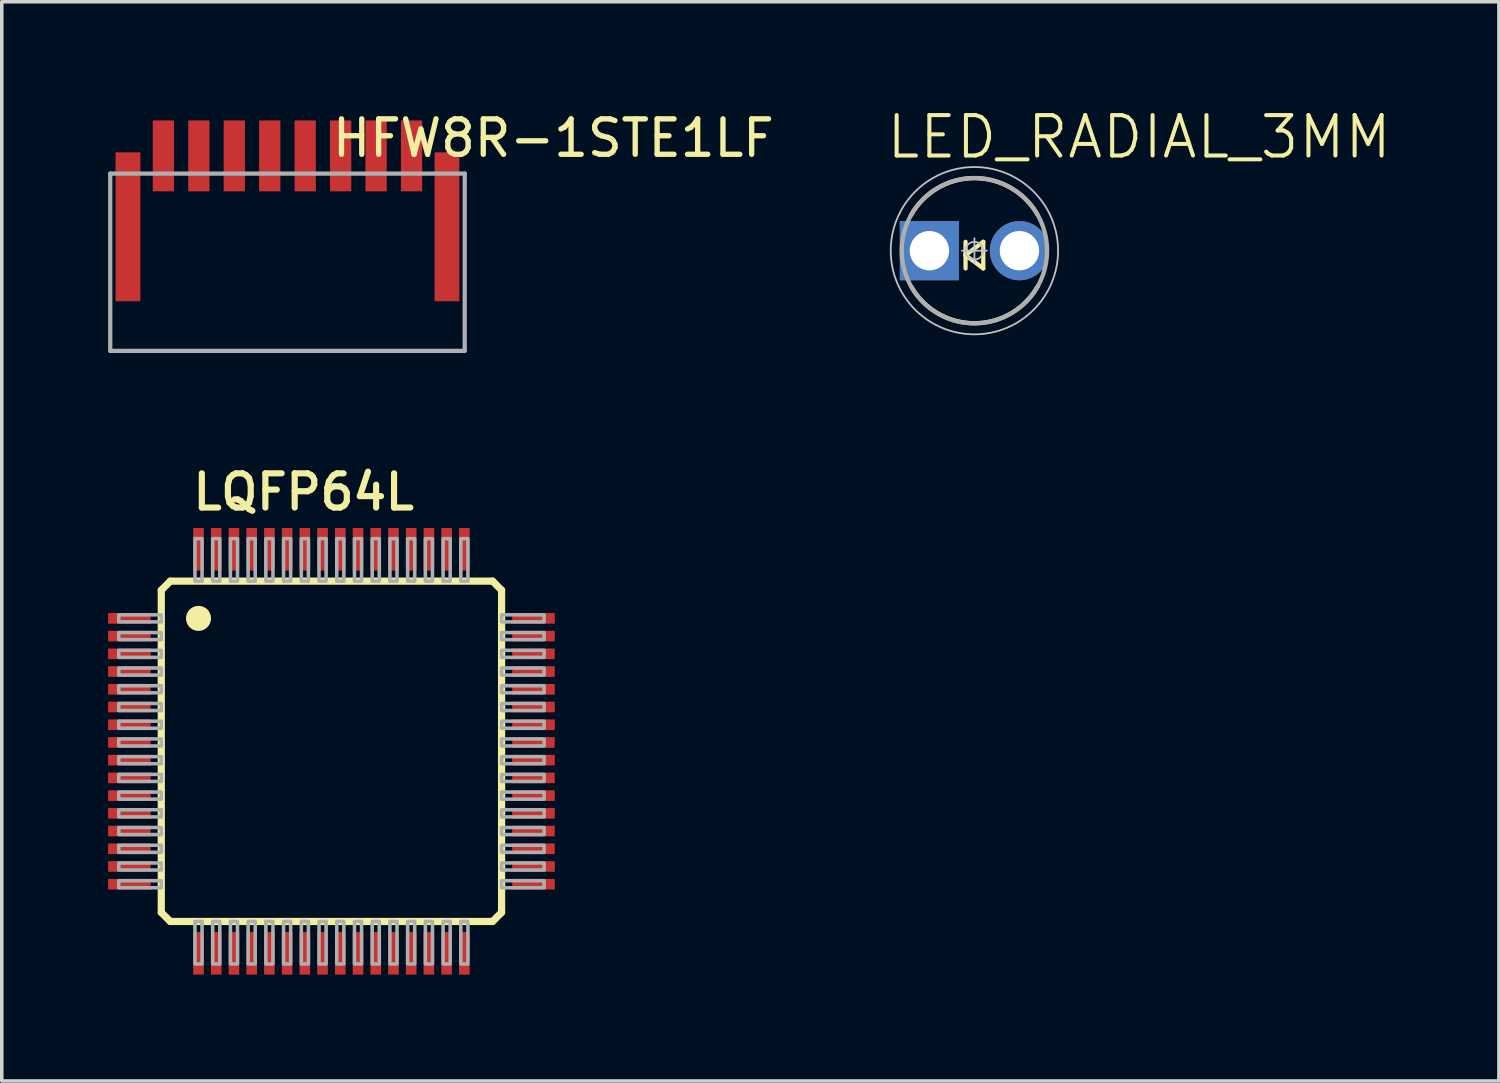
<source format=kicad_pcb>
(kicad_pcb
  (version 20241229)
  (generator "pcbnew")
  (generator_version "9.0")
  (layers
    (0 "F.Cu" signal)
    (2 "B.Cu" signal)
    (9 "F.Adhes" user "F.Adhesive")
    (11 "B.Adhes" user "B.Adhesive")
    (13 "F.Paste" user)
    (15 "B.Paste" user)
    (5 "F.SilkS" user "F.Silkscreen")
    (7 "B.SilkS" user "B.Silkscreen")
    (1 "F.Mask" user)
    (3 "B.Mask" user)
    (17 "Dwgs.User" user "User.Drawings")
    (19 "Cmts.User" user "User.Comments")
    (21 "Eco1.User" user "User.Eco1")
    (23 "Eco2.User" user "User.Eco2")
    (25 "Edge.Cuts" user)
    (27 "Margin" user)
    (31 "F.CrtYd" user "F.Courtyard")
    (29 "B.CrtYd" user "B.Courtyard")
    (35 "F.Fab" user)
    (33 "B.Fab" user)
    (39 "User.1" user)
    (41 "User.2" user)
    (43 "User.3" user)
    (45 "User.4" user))
  (footprint "LED_RADIAL_3MM"
    (layer "F.Cu")
    (at 24.439 4.022)
    (property "Reference" "LED_RADIAL_3MM" (at -2.54 -2.54 0) (layer "F.SilkS") (effects (font (size 1.14 1.14) (thickness 0.114)) (justify left bottom)))
    (attr through_hole)
    (fp_line (start -0.254 0.127) (end 0.25 -0.25) (stroke (width 0.12) (type solid)) (layer "F.SilkS"))
    (fp_line (start -0.25 -0.25) (end -0.25 0.5) (stroke (width 0.12) (type solid)) (layer "F.SilkS"))
    (fp_line (start 0.25 -0.25) (end 0.25 0.5) (stroke (width 0.12) (type solid)) (layer "F.SilkS"))
    (fp_line (start 0.25 0.5) (end -0.254 0.127) (stroke (width 0.12) (type solid)) (layer "F.SilkS"))
    (fp_arc (start -1.7811 -1.015) (mid -0.005737 -2.046673) (end 1.775399 -1.025) (stroke (width 0.12) (type solid)) (layer "F.SilkS"))
    (fp_arc (start 1.7811 1.015) (mid 0.005737 2.046673) (end -1.775399 1.025) (stroke (width 0.12) (type solid)) (layer "F.SilkS"))
    (fp_line (start 0 -0.35) (end 0 0.35) (stroke (width 0.05) (type solid)) (layer "Dwgs.User"))
    (fp_line (start 0.35 0) (end -0.35 0) (stroke (width 0.05) (type solid)) (layer "Dwgs.User"))
    (fp_circle (center 0 0) (end 0.25 0) (stroke (width 0.05) (type solid)) (fill no) (layer "Dwgs.User"))
    (fp_circle (center 0 0) (end 2.36 0) (stroke (width 0.05) (type solid)) (fill no) (layer "Dwgs.User"))
    (fp_line (start -1.62 -0.325) (end -0.92 -0.325) (stroke (width 0.025) (type solid)) (layer "F.Fab"))
    (fp_line (start -1.62 0.325) (end -1.62 -0.325) (stroke (width 0.025) (type solid)) (layer "F.Fab"))
    (fp_line (start -0.92 -0.325) (end -0.92 0.325) (stroke (width 0.025) (type solid)) (layer "F.Fab"))
    (fp_line (start -0.92 0.325) (end -1.62 0.325) (stroke (width 0.025) (type solid)) (layer "F.Fab"))
    (fp_line (start 0.92 -0.325) (end 1.62 -0.325) (stroke (width 0.025) (type solid)) (layer "F.Fab"))
    (fp_line (start 0.92 0.325) (end 0.92 -0.325) (stroke (width 0.025) (type solid)) (layer "F.Fab"))
    (fp_line (start 1.62 -0.325) (end 1.62 0.325) (stroke (width 0.025) (type solid)) (layer "F.Fab"))
    (fp_line (start 1.62 0.325) (end 0.92 0.325) (stroke (width 0.025) (type solid)) (layer "F.Fab"))
    (fp_circle (center 0 0) (end 2.05 0) (stroke (width 0.025) (type solid)) (fill no) (layer "F.Fab"))
    (fp_circle (center 0 0) (end 2.05 0) (stroke (width 0.12) (type solid)) (fill no) (layer "F.Fab"))
    (pad "A" thru_hole circle (at 1.27 0) (size 1.67 1.67) (drill 1.11) (layers "*.Cu" "*.Mask"))
    (pad "C" thru_hole rect (at -1.27 0 90) (size 1.67 1.67) (drill 1.11) (layers "*.Cu" "*.Mask")))
  (footprint "LQFP64L"
    (layer "F.Cu")
    (at 6.3 18.145)
    (property "Reference" "LQFP64L" (at -4 -6.75 180) (layer "F.SilkS") (effects (font (size 0.965 0.965) (thickness 0.174)) (justify left bottom)))
    (attr through_hole)
    (fp_line (start -4.8 -4.546) (end -4.546 -4.8) (stroke (width 0.203) (type solid)) (layer "F.SilkS"))
    (fp_line (start -4.8 4.546) (end -4.8 -4.546) (stroke (width 0.203) (type solid)) (layer "F.SilkS"))
    (fp_line (start -4.546 -4.8) (end 4.546 -4.8) (stroke (width 0.203) (type solid)) (layer "F.SilkS"))
    (fp_line (start -4.546 4.8) (end -4.8 4.546) (stroke (width 0.203) (type solid)) (layer "F.SilkS"))
    (fp_line (start 4.546 -4.8) (end 4.8 -4.546) (stroke (width 0.203) (type solid)) (layer "F.SilkS"))
    (fp_line (start 4.546 4.8) (end -4.546 4.8) (stroke (width 0.203) (type solid)) (layer "F.SilkS"))
    (fp_line (start 4.8 -4.546) (end 4.8 4.546) (stroke (width 0.203) (type solid)) (layer "F.SilkS"))
    (fp_line (start 4.8 4.546) (end 4.546 4.8) (stroke (width 0.203) (type solid)) (layer "F.SilkS"))
    (fp_circle (center -3.75 -3.75) (end -3.573 -3.75) (stroke (width 0.353) (type solid)) (fill no) (layer "F.SilkS"))
    (fp_poly (pts (xy -6 -3.65) (xy -4.8 -3.65) (xy -4.8 -3.85) (xy -6 -3.85)) (stroke (width 0.1) (type solid)) (fill no) (layer "F.Fab"))
    (fp_poly (pts (xy -6 -3.15) (xy -4.8 -3.15) (xy -4.8 -3.35) (xy -6 -3.35)) (stroke (width 0.1) (type solid)) (fill no) (layer "F.Fab"))
    (fp_poly (pts (xy -6 -2.65) (xy -4.8 -2.65) (xy -4.8 -2.85) (xy -6 -2.85)) (stroke (width 0.1) (type solid)) (fill no) (layer "F.Fab"))
    (fp_poly (pts (xy -6 -2.15) (xy -4.8 -2.15) (xy -4.8 -2.35) (xy -6 -2.35)) (stroke (width 0.1) (type solid)) (fill no) (layer "F.Fab"))
    (fp_poly (pts (xy -6 -1.65) (xy -4.8 -1.65) (xy -4.8 -1.85) (xy -6 -1.85)) (stroke (width 0.1) (type solid)) (fill no) (layer "F.Fab"))
    (fp_poly (pts (xy -6 -1.15) (xy -4.8 -1.15) (xy -4.8 -1.35) (xy -6 -1.35)) (stroke (width 0.1) (type solid)) (fill no) (layer "F.Fab"))
    (fp_poly (pts (xy -6 -0.65) (xy -4.8 -0.65) (xy -4.8 -0.85) (xy -6 -0.85)) (stroke (width 0.1) (type solid)) (fill no) (layer "F.Fab"))
    (fp_poly (pts (xy -6 -0.15) (xy -4.8 -0.15) (xy -4.8 -0.35) (xy -6 -0.35)) (stroke (width 0.1) (type solid)) (fill no) (layer "F.Fab"))
    (fp_poly (pts (xy -6 0.35) (xy -4.8 0.35) (xy -4.8 0.15) (xy -6 0.15)) (stroke (width 0.1) (type solid)) (fill no) (layer "F.Fab"))
    (fp_poly (pts (xy -6 0.85) (xy -4.8 0.85) (xy -4.8 0.65) (xy -6 0.65)) (stroke (width 0.1) (type solid)) (fill no) (layer "F.Fab"))
    (fp_poly (pts (xy -6 1.35) (xy -4.8 1.35) (xy -4.8 1.15) (xy -6 1.15)) (stroke (width 0.1) (type solid)) (fill no) (layer "F.Fab"))
    (fp_poly (pts (xy -6 1.85) (xy -4.8 1.85) (xy -4.8 1.65) (xy -6 1.65)) (stroke (width 0.1) (type solid)) (fill no) (layer "F.Fab"))
    (fp_poly (pts (xy -6 2.35) (xy -4.8 2.35) (xy -4.8 2.15) (xy -6 2.15)) (stroke (width 0.1) (type solid)) (fill no) (layer "F.Fab"))
    (fp_poly (pts (xy -6 2.85) (xy -4.8 2.85) (xy -4.8 2.65) (xy -6 2.65)) (stroke (width 0.1) (type solid)) (fill no) (layer "F.Fab"))
    (fp_poly (pts (xy -6 3.35) (xy -4.8 3.35) (xy -4.8 3.15) (xy -6 3.15)) (stroke (width 0.1) (type solid)) (fill no) (layer "F.Fab"))
    (fp_poly (pts (xy -6 3.85) (xy -4.8 3.85) (xy -4.8 3.65) (xy -6 3.65)) (stroke (width 0.1) (type solid)) (fill no) (layer "F.Fab"))
    (fp_poly (pts (xy -3.85 -4.8) (xy -3.65 -4.8) (xy -3.65 -6) (xy -3.85 -6)) (stroke (width 0.1) (type solid)) (fill no) (layer "F.Fab"))
    (fp_poly (pts (xy -3.85 6) (xy -3.65 6) (xy -3.65 4.8) (xy -3.85 4.8)) (stroke (width 0.1) (type solid)) (fill no) (layer "F.Fab"))
    (fp_poly (pts (xy -3.35 -4.8) (xy -3.15 -4.8) (xy -3.15 -6) (xy -3.35 -6)) (stroke (width 0.1) (type solid)) (fill no) (layer "F.Fab"))
    (fp_poly (pts (xy -3.35 6) (xy -3.15 6) (xy -3.15 4.8) (xy -3.35 4.8)) (stroke (width 0.1) (type solid)) (fill no) (layer "F.Fab"))
    (fp_poly (pts (xy -2.85 -4.8) (xy -2.65 -4.8) (xy -2.65 -6) (xy -2.85 -6)) (stroke (width 0.1) (type solid)) (fill no) (layer "F.Fab"))
    (fp_poly (pts (xy -2.85 6) (xy -2.65 6) (xy -2.65 4.8) (xy -2.85 4.8)) (stroke (width 0.1) (type solid)) (fill no) (layer "F.Fab"))
    (fp_poly (pts (xy -2.35 -4.8) (xy -2.15 -4.8) (xy -2.15 -6) (xy -2.35 -6)) (stroke (width 0.1) (type solid)) (fill no) (layer "F.Fab"))
    (fp_poly (pts (xy -2.35 6) (xy -2.15 6) (xy -2.15 4.8) (xy -2.35 4.8)) (stroke (width 0.1) (type solid)) (fill no) (layer "F.Fab"))
    (fp_poly (pts (xy -1.85 -4.8) (xy -1.65 -4.8) (xy -1.65 -6) (xy -1.85 -6)) (stroke (width 0.1) (type solid)) (fill no) (layer "F.Fab"))
    (fp_poly (pts (xy -1.85 6) (xy -1.65 6) (xy -1.65 4.8) (xy -1.85 4.8)) (stroke (width 0.1) (type solid)) (fill no) (layer "F.Fab"))
    (fp_poly (pts (xy -1.35 -4.8) (xy -1.15 -4.8) (xy -1.15 -6) (xy -1.35 -6)) (stroke (width 0.1) (type solid)) (fill no) (layer "F.Fab"))
    (fp_poly (pts (xy -1.35 6) (xy -1.15 6) (xy -1.15 4.8) (xy -1.35 4.8)) (stroke (width 0.1) (type solid)) (fill no) (layer "F.Fab"))
    (fp_poly (pts (xy -0.85 -4.8) (xy -0.65 -4.8) (xy -0.65 -6) (xy -0.85 -6)) (stroke (width 0.1) (type solid)) (fill no) (layer "F.Fab"))
    (fp_poly (pts (xy -0.85 6) (xy -0.65 6) (xy -0.65 4.8) (xy -0.85 4.8)) (stroke (width 0.1) (type solid)) (fill no) (layer "F.Fab"))
    (fp_poly (pts (xy -0.35 -4.8) (xy -0.15 -4.8) (xy -0.15 -6) (xy -0.35 -6)) (stroke (width 0.1) (type solid)) (fill no) (layer "F.Fab"))
    (fp_poly (pts (xy -0.35 6) (xy -0.15 6) (xy -0.15 4.8) (xy -0.35 4.8)) (stroke (width 0.1) (type solid)) (fill no) (layer "F.Fab"))
    (fp_poly (pts (xy 0.15 -4.8) (xy 0.35 -4.8) (xy 0.35 -6) (xy 0.15 -6)) (stroke (width 0.1) (type solid)) (fill no) (layer "F.Fab"))
    (fp_poly (pts (xy 0.15 6) (xy 0.35 6) (xy 0.35 4.8) (xy 0.15 4.8)) (stroke (width 0.1) (type solid)) (fill no) (layer "F.Fab"))
    (fp_poly (pts (xy 0.65 -4.8) (xy 0.85 -4.8) (xy 0.85 -6) (xy 0.65 -6)) (stroke (width 0.1) (type solid)) (fill no) (layer "F.Fab"))
    (fp_poly (pts (xy 0.65 6) (xy 0.85 6) (xy 0.85 4.8) (xy 0.65 4.8)) (stroke (width 0.1) (type solid)) (fill no) (layer "F.Fab"))
    (fp_poly (pts (xy 1.15 -4.8) (xy 1.35 -4.8) (xy 1.35 -6) (xy 1.15 -6)) (stroke (width 0.1) (type solid)) (fill no) (layer "F.Fab"))
    (fp_poly (pts (xy 1.15 6) (xy 1.35 6) (xy 1.35 4.8) (xy 1.15 4.8)) (stroke (width 0.1) (type solid)) (fill no) (layer "F.Fab"))
    (fp_poly (pts (xy 1.65 -4.8) (xy 1.85 -4.8) (xy 1.85 -6) (xy 1.65 -6)) (stroke (width 0.1) (type solid)) (fill no) (layer "F.Fab"))
    (fp_poly (pts (xy 1.65 6) (xy 1.85 6) (xy 1.85 4.8) (xy 1.65 4.8)) (stroke (width 0.1) (type solid)) (fill no) (layer "F.Fab"))
    (fp_poly (pts (xy 2.15 -4.8) (xy 2.35 -4.8) (xy 2.35 -6) (xy 2.15 -6)) (stroke (width 0.1) (type solid)) (fill no) (layer "F.Fab"))
    (fp_poly (pts (xy 2.15 6) (xy 2.35 6) (xy 2.35 4.8) (xy 2.15 4.8)) (stroke (width 0.1) (type solid)) (fill no) (layer "F.Fab"))
    (fp_poly (pts (xy 2.65 -4.8) (xy 2.85 -4.8) (xy 2.85 -6) (xy 2.65 -6)) (stroke (width 0.1) (type solid)) (fill no) (layer "F.Fab"))
    (fp_poly (pts (xy 2.65 6) (xy 2.85 6) (xy 2.85 4.8) (xy 2.65 4.8)) (stroke (width 0.1) (type solid)) (fill no) (layer "F.Fab"))
    (fp_poly (pts (xy 3.15 -4.8) (xy 3.35 -4.8) (xy 3.35 -6) (xy 3.15 -6)) (stroke (width 0.1) (type solid)) (fill no) (layer "F.Fab"))
    (fp_poly (pts (xy 3.15 6) (xy 3.35 6) (xy 3.35 4.8) (xy 3.15 4.8)) (stroke (width 0.1) (type solid)) (fill no) (layer "F.Fab"))
    (fp_poly (pts (xy 3.65 -4.8) (xy 3.85 -4.8) (xy 3.85 -6) (xy 3.65 -6)) (stroke (width 0.1) (type solid)) (fill no) (layer "F.Fab"))
    (fp_poly (pts (xy 3.65 6) (xy 3.85 6) (xy 3.85 4.8) (xy 3.65 4.8)) (stroke (width 0.1) (type solid)) (fill no) (layer "F.Fab"))
    (fp_poly (pts (xy 4.8 -3.65) (xy 6 -3.65) (xy 6 -3.85) (xy 4.8 -3.85)) (stroke (width 0.1) (type solid)) (fill no) (layer "F.Fab"))
    (fp_poly (pts (xy 4.8 -3.15) (xy 6 -3.15) (xy 6 -3.35) (xy 4.8 -3.35)) (stroke (width 0.1) (type solid)) (fill no) (layer "F.Fab"))
    (fp_poly (pts (xy 4.8 -2.65) (xy 6 -2.65) (xy 6 -2.85) (xy 4.8 -2.85)) (stroke (width 0.1) (type solid)) (fill no) (layer "F.Fab"))
    (fp_poly (pts (xy 4.8 -2.15) (xy 6 -2.15) (xy 6 -2.35) (xy 4.8 -2.35)) (stroke (width 0.1) (type solid)) (fill no) (layer "F.Fab"))
    (fp_poly (pts (xy 4.8 -1.65) (xy 6 -1.65) (xy 6 -1.85) (xy 4.8 -1.85)) (stroke (width 0.1) (type solid)) (fill no) (layer "F.Fab"))
    (fp_poly (pts (xy 4.8 -1.15) (xy 6 -1.15) (xy 6 -1.35) (xy 4.8 -1.35)) (stroke (width 0.1) (type solid)) (fill no) (layer "F.Fab"))
    (fp_poly (pts (xy 4.8 -0.65) (xy 6 -0.65) (xy 6 -0.85) (xy 4.8 -0.85)) (stroke (width 0.1) (type solid)) (fill no) (layer "F.Fab"))
    (fp_poly (pts (xy 4.8 -0.15) (xy 6 -0.15) (xy 6 -0.35) (xy 4.8 -0.35)) (stroke (width 0.1) (type solid)) (fill no) (layer "F.Fab"))
    (fp_poly (pts (xy 4.8 0.35) (xy 6 0.35) (xy 6 0.15) (xy 4.8 0.15)) (stroke (width 0.1) (type solid)) (fill no) (layer "F.Fab"))
    (fp_poly (pts (xy 4.8 0.85) (xy 6 0.85) (xy 6 0.65) (xy 4.8 0.65)) (stroke (width 0.1) (type solid)) (fill no) (layer "F.Fab"))
    (fp_poly (pts (xy 4.8 1.35) (xy 6 1.35) (xy 6 1.15) (xy 4.8 1.15)) (stroke (width 0.1) (type solid)) (fill no) (layer "F.Fab"))
    (fp_poly (pts (xy 4.8 1.85) (xy 6 1.85) (xy 6 1.65) (xy 4.8 1.65)) (stroke (width 0.1) (type solid)) (fill no) (layer "F.Fab"))
    (fp_poly (pts (xy 4.8 2.35) (xy 6 2.35) (xy 6 2.15) (xy 4.8 2.15)) (stroke (width 0.1) (type solid)) (fill no) (layer "F.Fab"))
    (fp_poly (pts (xy 4.8 2.85) (xy 6 2.85) (xy 6 2.65) (xy 4.8 2.65)) (stroke (width 0.1) (type solid)) (fill no) (layer "F.Fab"))
    (fp_poly (pts (xy 4.8 3.35) (xy 6 3.35) (xy 6 3.15) (xy 4.8 3.15)) (stroke (width 0.1) (type solid)) (fill no) (layer "F.Fab"))
    (fp_poly (pts (xy 4.8 3.85) (xy 6 3.85) (xy 6 3.65) (xy 4.8 3.65)) (stroke (width 0.1) (type solid)) (fill no) (layer "F.Fab"))
    (pad "1" smd rect (at -5.7 -3.75) (size 1.2 0.3) (layers "F.Cu" "F.Mask" "F.Paste"))
    (pad "2" smd rect (at -5.7 -3.25) (size 1.2 0.3) (layers "F.Cu" "F.Mask" "F.Paste"))
    (pad "3" smd rect (at -5.7 -2.75) (size 1.2 0.3) (layers "F.Cu" "F.Mask" "F.Paste"))
    (pad "4" smd rect (at -5.7 -2.25) (size 1.2 0.3) (layers "F.Cu" "F.Mask" "F.Paste"))
    (pad "5" smd rect (at -5.7 -1.75) (size 1.2 0.3) (layers "F.Cu" "F.Mask" "F.Paste"))
    (pad "6" smd rect (at -5.7 -1.25) (size 1.2 0.3) (layers "F.Cu" "F.Mask" "F.Paste"))
    (pad "7" smd rect (at -5.7 -0.75) (size 1.2 0.3) (layers "F.Cu" "F.Mask" "F.Paste"))
    (pad "8" smd rect (at -5.7 -0.25) (size 1.2 0.3) (layers "F.Cu" "F.Mask" "F.Paste"))
    (pad "9" smd rect (at -5.7 0.25) (size 1.2 0.3) (layers "F.Cu" "F.Mask" "F.Paste"))
    (pad "10" smd rect (at -5.7 0.75) (size 1.2 0.3) (layers "F.Cu" "F.Mask" "F.Paste"))
    (pad "11" smd rect (at -5.7 1.25) (size 1.2 0.3) (layers "F.Cu" "F.Mask" "F.Paste"))
    (pad "12" smd rect (at -5.7 1.75) (size 1.2 0.3) (layers "F.Cu" "F.Mask" "F.Paste"))
    (pad "13" smd rect (at -5.7 2.25) (size 1.2 0.3) (layers "F.Cu" "F.Mask" "F.Paste"))
    (pad "14" smd rect (at -5.7 2.75) (size 1.2 0.3) (layers "F.Cu" "F.Mask" "F.Paste"))
    (pad "15" smd rect (at -5.7 3.25) (size 1.2 0.3) (layers "F.Cu" "F.Mask" "F.Paste"))
    (pad "16" smd rect (at -5.7 3.75) (size 1.2 0.3) (layers "F.Cu" "F.Mask" "F.Paste"))
    (pad "17" smd rect (at -3.75 5.7) (size 0.3 1.2) (layers "F.Cu" "F.Mask" "F.Paste"))
    (pad "18" smd rect (at -3.25 5.7) (size 0.3 1.2) (layers "F.Cu" "F.Mask" "F.Paste"))
    (pad "19" smd rect (at -2.75 5.7) (size 0.3 1.2) (layers "F.Cu" "F.Mask" "F.Paste"))
    (pad "20" smd rect (at -2.25 5.7) (size 0.3 1.2) (layers "F.Cu" "F.Mask" "F.Paste"))
    (pad "21" smd rect (at -1.75 5.7) (size 0.3 1.2) (layers "F.Cu" "F.Mask" "F.Paste"))
    (pad "22" smd rect (at -1.25 5.7) (size 0.3 1.2) (layers "F.Cu" "F.Mask" "F.Paste"))
    (pad "23" smd rect (at -0.75 5.7) (size 0.3 1.2) (layers "F.Cu" "F.Mask" "F.Paste"))
    (pad "24" smd rect (at -0.25 5.7) (size 0.3 1.2) (layers "F.Cu" "F.Mask" "F.Paste"))
    (pad "25" smd rect (at 0.25 5.7) (size 0.3 1.2) (layers "F.Cu" "F.Mask" "F.Paste"))
    (pad "26" smd rect (at 0.75 5.7) (size 0.3 1.2) (layers "F.Cu" "F.Mask" "F.Paste"))
    (pad "27" smd rect (at 1.25 5.7) (size 0.3 1.2) (layers "F.Cu" "F.Mask" "F.Paste"))
    (pad "28" smd rect (at 1.75 5.7) (size 0.3 1.2) (layers "F.Cu" "F.Mask" "F.Paste"))
    (pad "29" smd rect (at 2.25 5.7) (size 0.3 1.2) (layers "F.Cu" "F.Mask" "F.Paste"))
    (pad "30" smd rect (at 2.75 5.7) (size 0.3 1.2) (layers "F.Cu" "F.Mask" "F.Paste"))
    (pad "31" smd rect (at 3.25 5.7) (size 0.3 1.2) (layers "F.Cu" "F.Mask" "F.Paste"))
    (pad "32" smd rect (at 3.75 5.7) (size 0.3 1.2) (layers "F.Cu" "F.Mask" "F.Paste"))
    (pad "33" smd rect (at 5.7 3.75) (size 1.2 0.3) (layers "F.Cu" "F.Mask" "F.Paste"))
    (pad "34" smd rect (at 5.7 3.25) (size 1.2 0.3) (layers "F.Cu" "F.Mask" "F.Paste"))
    (pad "35" smd rect (at 5.7 2.75) (size 1.2 0.3) (layers "F.Cu" "F.Mask" "F.Paste"))
    (pad "36" smd rect (at 5.7 2.25) (size 1.2 0.3) (layers "F.Cu" "F.Mask" "F.Paste"))
    (pad "37" smd rect (at 5.7 1.75) (size 1.2 0.3) (layers "F.Cu" "F.Mask" "F.Paste"))
    (pad "38" smd rect (at 5.7 1.25) (size 1.2 0.3) (layers "F.Cu" "F.Mask" "F.Paste"))
    (pad "39" smd rect (at 5.7 0.75) (size 1.2 0.3) (layers "F.Cu" "F.Mask" "F.Paste"))
    (pad "40" smd rect (at 5.7 0.25) (size 1.2 0.3) (layers "F.Cu" "F.Mask" "F.Paste"))
    (pad "41" smd rect (at 5.7 -0.25) (size 1.2 0.3) (layers "F.Cu" "F.Mask" "F.Paste"))
    (pad "42" smd rect (at 5.7 -0.75) (size 1.2 0.3) (layers "F.Cu" "F.Mask" "F.Paste"))
    (pad "43" smd rect (at 5.7 -1.25) (size 1.2 0.3) (layers "F.Cu" "F.Mask" "F.Paste"))
    (pad "44" smd rect (at 5.7 -1.75) (size 1.2 0.3) (layers "F.Cu" "F.Mask" "F.Paste"))
    (pad "45" smd rect (at 5.7 -2.25) (size 1.2 0.3) (layers "F.Cu" "F.Mask" "F.Paste"))
    (pad "46" smd rect (at 5.7 -2.75) (size 1.2 0.3) (layers "F.Cu" "F.Mask" "F.Paste"))
    (pad "47" smd rect (at 5.7 -3.25) (size 1.2 0.3) (layers "F.Cu" "F.Mask" "F.Paste"))
    (pad "48" smd rect (at 5.7 -3.75) (size 1.2 0.3) (layers "F.Cu" "F.Mask" "F.Paste"))
    (pad "49" smd rect (at 3.75 -5.7) (size 0.3 1.2) (layers "F.Cu" "F.Mask" "F.Paste"))
    (pad "50" smd rect (at 3.25 -5.7) (size 0.3 1.2) (layers "F.Cu" "F.Mask" "F.Paste"))
    (pad "51" smd rect (at 2.75 -5.7) (size 0.3 1.2) (layers "F.Cu" "F.Mask" "F.Paste"))
    (pad "52" smd rect (at 2.25 -5.7) (size 0.3 1.2) (layers "F.Cu" "F.Mask" "F.Paste"))
    (pad "53" smd rect (at 1.75 -5.7) (size 0.3 1.2) (layers "F.Cu" "F.Mask" "F.Paste"))
    (pad "54" smd rect (at 1.25 -5.7) (size 0.3 1.2) (layers "F.Cu" "F.Mask" "F.Paste"))
    (pad "55" smd rect (at 0.75 -5.7) (size 0.3 1.2) (layers "F.Cu" "F.Mask" "F.Paste"))
    (pad "56" smd rect (at 0.25 -5.7) (size 0.3 1.2) (layers "F.Cu" "F.Mask" "F.Paste"))
    (pad "57" smd rect (at -0.25 -5.7) (size 0.3 1.2) (layers "F.Cu" "F.Mask" "F.Paste"))
    (pad "58" smd rect (at -0.75 -5.7) (size 0.3 1.2) (layers "F.Cu" "F.Mask" "F.Paste"))
    (pad "59" smd rect (at -1.25 -5.7) (size 0.3 1.2) (layers "F.Cu" "F.Mask" "F.Paste"))
    (pad "60" smd rect (at -1.75 -5.7) (size 0.3 1.2) (layers "F.Cu" "F.Mask" "F.Paste"))
    (pad "61" smd rect (at -2.25 -5.7) (size 0.3 1.2) (layers "F.Cu" "F.Mask" "F.Paste"))
    (pad "62" smd rect (at -2.75 -5.7) (size 0.3 1.2) (layers "F.Cu" "F.Mask" "F.Paste"))
    (pad "63" smd rect (at -3.25 -5.7) (size 0.3 1.2) (layers "F.Cu" "F.Mask" "F.Paste"))
    (pad "64" smd rect (at -3.75 -5.7) (size 0.3 1.2) (layers "F.Cu" "F.Mask" "F.Paste")))
  (footprint "HFW8R-1STE1LF"
    (layer "F.Cu")
    (at 8.56 1.348)
    (property "Reference" "HFW8R-1STE1LF" (at 4 -0.5 0) (layer "F.SilkS") (effects (font (size 1 1) (thickness 0.15))))
    (attr through_hole)
    (fp_line (start -8.5 0.5) (end -8.5 5.5) (stroke (width 0.12) (type solid)) (layer "F.Fab"))
    (fp_line (start -8.5 5.5) (end 1.5 5.5) (stroke (width 0.12) (type solid)) (layer "F.Fab"))
    (fp_line (start 1.5 0.5) (end -8.5 0.5) (stroke (width 0.12) (type solid)) (layer "F.Fab"))
    (fp_line (start 1.5 5.5) (end 1.5 0.5) (stroke (width 0.12) (type solid)) (layer "F.Fab"))
    (pad "1" smd rect (at 0 0) (size 0.6 2) (layers "F.Cu" "F.Mask" "F.Paste"))
    (pad "2" smd rect (at -1 0) (size 0.6 2) (layers "F.Cu" "F.Mask" "F.Paste"))
    (pad "3" smd rect (at -2 0) (size 0.6 2) (layers "F.Cu" "F.Mask" "F.Paste"))
    (pad "4" smd rect (at -3 0) (size 0.6 2) (layers "F.Cu" "F.Mask" "F.Paste"))
    (pad "5" smd rect (at -4 0) (size 0.6 2) (layers "F.Cu" "F.Mask" "F.Paste"))
    (pad "6" smd rect (at -5 0) (size 0.6 2) (layers "F.Cu" "F.Mask" "F.Paste"))
    (pad "7" smd rect (at -6 0) (size 0.6 2) (layers "F.Cu" "F.Mask" "F.Paste"))
    (pad "8" smd rect (at -7 0) (size 0.6 2) (layers "F.Cu" "F.Mask" "F.Paste"))
    (pad "9" smd rect (at -8 2) (size 0.7 4.2) (layers "F.Cu" "F.Mask" "F.Paste"))
    (pad "10" smd rect (at 1 2) (size 0.7 4.2) (layers "F.Cu" "F.Mask" "F.Paste")))
  (gr_rect
    (start -3 -3)
    (end 39.236 27.445)
    (stroke (width 0.1) (type default))
    (fill no)
    (layer "Edge.Cuts")))
</source>
